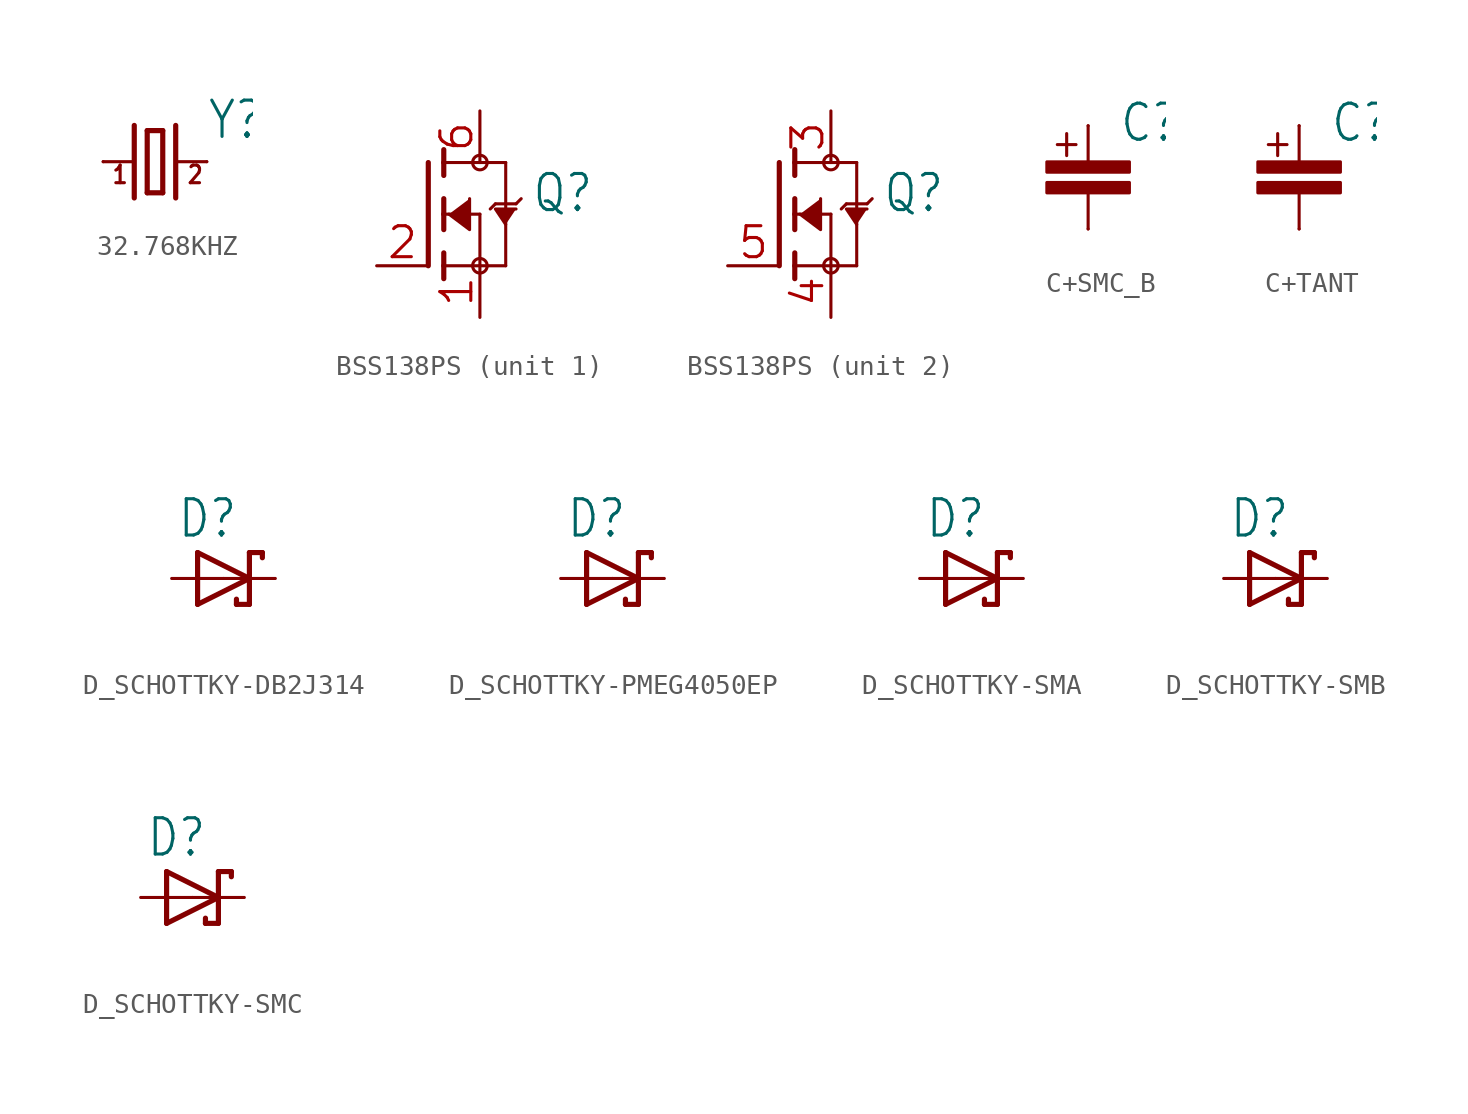
<source format=kicad_sym>
(kicad_symbol_lib
  (version 20241209)
  (generator "kicad_symbol_editor")
  (generator_version "9.0")
  (symbol "32.768KHZ"
    (property "Reference" "Y"
      (at 2.54 1.016 0)
      (effects (font (size 1.778 1.511)) (justify left bottom)))
    (property "Value" ""
      (at 2.54 -2.54 0)
      (effects (font (size 1.778 1.511)) (justify left bottom)))
    (property "ki_locked" ""
      (at 0 0 0)
      (effects (font (size 1.27 1.27))))
    (symbol "32.768KHZ_1_0"
      (polyline (pts (xy -2.54 0) (xy -1.016 0)) (stroke (width 0.152) (type solid)) (fill (type none)))
      (polyline (pts (xy -1.016 1.778) (xy -1.016 -1.778)) (stroke (width 0.254) (type solid)) (fill (type none)))
      (polyline (pts (xy -0.381 1.524) (xy -0.381 -1.524)) (stroke (width 0.254) (type solid)) (fill (type none)))
      (polyline (pts (xy -0.381 -1.524) (xy 0.381 -1.524)) (stroke (width 0.254) (type solid)) (fill (type none)))
      (polyline (pts (xy 0.381 1.524) (xy -0.381 1.524)) (stroke (width 0.254) (type solid)) (fill (type none)))
      (polyline (pts (xy 0.381 -1.524) (xy 0.381 1.524)) (stroke (width 0.254) (type solid)) (fill (type none)))
      (polyline (pts (xy 1.016 1.778) (xy 1.016 -1.778)) (stroke (width 0.254) (type solid)) (fill (type none)))
      (polyline (pts (xy 1.016 0) (xy 2.54 0)) (stroke (width 0.152) (type solid)) (fill (type none)))
      (text "1" (at -2.159 -1.143 0) (effects (font (size 0.864 0.734)) (justify left bottom)))
      (text "2" (at 1.524 -1.143 0) (effects (font (size 0.864 0.734)) (justify left bottom)))
      (pin passive line (at -2.54 0 0) (length 0) (name "1" (effects (font (size 0 0)))) (number "1" (effects (font (size 0 0)))))
      (pin passive line (at 2.54 0 180) (length 0) (name "2" (effects (font (size 0 0)))) (number "2" (effects (font (size 0 0)))))))
  (symbol "BSS138PS"
    (property "Reference" "Q"
      (at 2.54 0 0)
      (effects (font (size 1.778 1.511)) (justify left bottom)))
    (property "Value" ""
      (at 2.54 -2.54 0)
      (effects (font (size 1.778 1.511)) (justify left bottom)))
    (property "ki_locked" ""
      (at 0 0 0)
      (effects (font (size 1.27 1.27))))
    (symbol "BSS138PS_1_0"
      (polyline (pts (xy -2.54 2.54) (xy -2.54 -2.54)) (stroke (width 0.254) (type solid)) (fill (type none)))
      (polyline (pts (xy -1.778 3.175) (xy -1.778 2.54)) (stroke (width 0.254) (type solid)) (fill (type none)))
      (polyline (pts (xy -1.778 2.54) (xy -1.778 1.905)) (stroke (width 0.254) (type solid)) (fill (type none)))
      (polyline (pts (xy -1.778 2.54) (xy 1.27 2.54)) (stroke (width 0.152) (type solid)) (fill (type none)))
      (polyline (pts (xy -1.778 0.762) (xy -1.778 0)) (stroke (width 0.254) (type solid)) (fill (type none)))
      (polyline (pts (xy -1.778 0) (xy -1.778 -0.762)) (stroke (width 0.254) (type solid)) (fill (type none)))
      (polyline (pts (xy -1.778 0) (xy 0 0)) (stroke (width 0.152) (type solid)) (fill (type none)))
      (polyline (pts (xy -1.778 -1.905) (xy -1.778 -2.54)) (stroke (width 0.254) (type solid)) (fill (type none)))
      (polyline (pts (xy -1.778 -2.54) (xy -1.778 -3.175)) (stroke (width 0.254) (type solid)) (fill (type none)))
      (polyline (pts (xy -1.524 0) (xy -0.508 -0.762) (xy -0.508 0.762)) (stroke (width 0.152) (type solid)) (fill (type outline)))
      (circle (center 0 2.54) (radius 0.359) (stroke (width 0) (type solid)) (fill (type none)))
      (polyline (pts (xy 0 0) (xy 0 -2.54)) (stroke (width 0.152) (type solid)) (fill (type none)))
      (polyline (pts (xy 0 -2.54) (xy -1.778 -2.54)) (stroke (width 0.152) (type solid)) (fill (type none)))
      (polyline (pts (xy 0 -2.54) (xy 1.27 -2.54)) (stroke (width 0.152) (type solid)) (fill (type none)))
      (circle (center 0 -2.54) (radius 0.359) (stroke (width 0) (type solid)) (fill (type none)))
      (polyline (pts (xy 0.762 0.508) (xy 0.508 0.254)) (stroke (width 0.152) (type solid)) (fill (type none)))
      (polyline (pts (xy 1.27 2.54) (xy 1.27 0.508)) (stroke (width 0.152) (type solid)) (fill (type none)))
      (polyline (pts (xy 1.27 0.508) (xy 0.762 0.508)) (stroke (width 0.152) (type solid)) (fill (type none)))
      (polyline (pts (xy 1.27 0.508) (xy 1.27 -2.54)) (stroke (width 0.152) (type solid)) (fill (type none)))
      (polyline (pts (xy 1.27 -0.508) (xy 0.762 0.254) (xy 1.778 0.254)) (stroke (width 0.152) (type solid)) (fill (type outline)))
      (polyline (pts (xy 1.778 0.508) (xy 1.27 0.508)) (stroke (width 0.152) (type solid)) (fill (type none)))
      (polyline (pts (xy 2.032 0.762) (xy 1.778 0.508)) (stroke (width 0.152) (type solid)) (fill (type none)))
      (pin passive line (at -5.08 -2.54 0) (length 2.54) (name "G" (effects (font (size 0 0)))) (number "2" (effects (font (size 1.524 1.524)))))
      (pin passive line (at 0 5.08 270) (length 2.54) (name "D" (effects (font (size 0 0)))) (number "6" (effects (font (size 1.524 1.524)))))
      (pin passive line (at 0 -5.08 90) (length 2.54) (name "S" (effects (font (size 0 0)))) (number "1" (effects (font (size 1.524 1.524))))))
    (symbol "BSS138PS_2_0"
      (polyline (pts (xy -2.54 2.54) (xy -2.54 -2.54)) (stroke (width 0.254) (type solid)) (fill (type none)))
      (polyline (pts (xy -1.778 3.175) (xy -1.778 2.54)) (stroke (width 0.254) (type solid)) (fill (type none)))
      (polyline (pts (xy -1.778 2.54) (xy -1.778 1.905)) (stroke (width 0.254) (type solid)) (fill (type none)))
      (polyline (pts (xy -1.778 2.54) (xy 1.27 2.54)) (stroke (width 0.152) (type solid)) (fill (type none)))
      (polyline (pts (xy -1.778 0.762) (xy -1.778 0)) (stroke (width 0.254) (type solid)) (fill (type none)))
      (polyline (pts (xy -1.778 0) (xy -1.778 -0.762)) (stroke (width 0.254) (type solid)) (fill (type none)))
      (polyline (pts (xy -1.778 0) (xy 0 0)) (stroke (width 0.152) (type solid)) (fill (type none)))
      (polyline (pts (xy -1.778 -1.905) (xy -1.778 -2.54)) (stroke (width 0.254) (type solid)) (fill (type none)))
      (polyline (pts (xy -1.778 -2.54) (xy -1.778 -3.175)) (stroke (width 0.254) (type solid)) (fill (type none)))
      (polyline (pts (xy -1.524 0) (xy -0.508 -0.762) (xy -0.508 0.762)) (stroke (width 0.152) (type solid)) (fill (type outline)))
      (circle (center 0 2.54) (radius 0.359) (stroke (width 0) (type solid)) (fill (type none)))
      (polyline (pts (xy 0 0) (xy 0 -2.54)) (stroke (width 0.152) (type solid)) (fill (type none)))
      (polyline (pts (xy 0 -2.54) (xy -1.778 -2.54)) (stroke (width 0.152) (type solid)) (fill (type none)))
      (polyline (pts (xy 0 -2.54) (xy 1.27 -2.54)) (stroke (width 0.152) (type solid)) (fill (type none)))
      (circle (center 0 -2.54) (radius 0.359) (stroke (width 0) (type solid)) (fill (type none)))
      (polyline (pts (xy 0.762 0.508) (xy 0.508 0.254)) (stroke (width 0.152) (type solid)) (fill (type none)))
      (polyline (pts (xy 1.27 2.54) (xy 1.27 0.508)) (stroke (width 0.152) (type solid)) (fill (type none)))
      (polyline (pts (xy 1.27 0.508) (xy 0.762 0.508)) (stroke (width 0.152) (type solid)) (fill (type none)))
      (polyline (pts (xy 1.27 0.508) (xy 1.27 -2.54)) (stroke (width 0.152) (type solid)) (fill (type none)))
      (polyline (pts (xy 1.27 -0.508) (xy 0.762 0.254) (xy 1.778 0.254)) (stroke (width 0.152) (type solid)) (fill (type outline)))
      (polyline (pts (xy 1.778 0.508) (xy 1.27 0.508)) (stroke (width 0.152) (type solid)) (fill (type none)))
      (polyline (pts (xy 2.032 0.762) (xy 1.778 0.508)) (stroke (width 0.152) (type solid)) (fill (type none)))
      (pin passive line (at -5.08 -2.54 0) (length 2.54) (name "G" (effects (font (size 0 0)))) (number "5" (effects (font (size 1.524 1.524)))))
      (pin passive line (at 0 5.08 270) (length 2.54) (name "D" (effects (font (size 0 0)))) (number "3" (effects (font (size 1.524 1.524)))))
      (pin passive line (at 0 -5.08 90) (length 2.54) (name "S" (effects (font (size 0 0)))) (number "4" (effects (font (size 1.524 1.524)))))))
  (symbol "C+SMC_B"
    (property "Reference" "C"
      (at 1.524 1.651 0)
      (effects (font (size 1.778 1.511)) (justify left bottom)))
    (property "Value" ""
      (at 1.524 -3.429 0)
      (effects (font (size 1.778 1.511)) (justify left bottom)))
    (property "ki_locked" ""
      (at 0 0 0)
      (effects (font (size 1.27 1.27))))
    (symbol "C+SMC_B_1_0"
      (rectangle (start -2.032 0.254) (end 2.032 0.762) (stroke (width 0) (type default)) (fill (type outline)))
      (rectangle (start -2.032 -0.762) (end 2.032 -0.254) (stroke (width 0) (type default)) (fill (type outline)))
      (polyline (pts (xy 0 2.54) (xy 0 0.762)) (stroke (width 0.152) (type solid)) (fill (type none)))
      (polyline (pts (xy 0 -2.54) (xy 0 -0.762)) (stroke (width 0.152) (type solid)) (fill (type none)))
      (text "+" (at -1.905 0.889 0) (effects (font (size 1.422 1.209)) (justify left bottom)))
      (pin passive line (at 0 2.54 270) (length 0) (name "+" (effects (font (size 0 0)))) (number "+" (effects (font (size 0 0)))))
      (pin passive line (at 0 -2.54 90) (length 0) (name "-" (effects (font (size 0 0)))) (number "-" (effects (font (size 0 0)))))))
  (symbol "C+TANT"
    (property "Reference" "C"
      (at 1.524 1.651 0)
      (effects (font (size 1.778 1.511)) (justify left bottom)))
    (property "Value" ""
      (at 1.524 -3.429 0)
      (effects (font (size 1.778 1.511)) (justify left bottom)))
    (property "ki_locked" ""
      (at 0 0 0)
      (effects (font (size 1.27 1.27))))
    (symbol "C+TANT_1_0"
      (rectangle (start -2.032 0.254) (end 2.032 0.762) (stroke (width 0) (type default)) (fill (type outline)))
      (rectangle (start -2.032 -0.762) (end 2.032 -0.254) (stroke (width 0) (type default)) (fill (type outline)))
      (polyline (pts (xy 0 2.54) (xy 0 0.762)) (stroke (width 0.152) (type solid)) (fill (type none)))
      (polyline (pts (xy 0 -2.54) (xy 0 -0.762)) (stroke (width 0.152) (type solid)) (fill (type none)))
      (text "+" (at -1.905 0.889 0) (effects (font (size 1.422 1.209)) (justify left bottom)))
      (pin passive line (at 0 2.54 270) (length 0) (name "+" (effects (font (size 0 0)))) (number "+" (effects (font (size 0 0)))))
      (pin passive line (at 0 -2.54 90) (length 0) (name "-" (effects (font (size 0 0)))) (number "-" (effects (font (size 0 0)))))))
  (symbol "D_SCHOTTKY-DB2J314"
    (property "Reference" "D"
      (at -2.286 1.905 0)
      (effects (font (size 1.778 1.511)) (justify left bottom)))
    (property "Value" ""
      (at -2.286 -3.429 0)
      (effects (font (size 1.778 1.511)) (justify left bottom)))
    (property "ki_locked" ""
      (at 0 0 0)
      (effects (font (size 1.27 1.27))))
    (symbol "D_SCHOTTKY-DB2J314_1_0"
      (polyline (pts (xy -1.27 1.27) (xy -1.27 -1.27)) (stroke (width 0.254) (type solid)) (fill (type none)))
      (polyline (pts (xy -1.27 -1.27) (xy 1.27 0)) (stroke (width 0.254) (type solid)) (fill (type none)))
      (polyline (pts (xy 0.635 -1.016) (xy 0.635 -1.27)) (stroke (width 0.254) (type solid)) (fill (type none)))
      (polyline (pts (xy 1.27 1.27) (xy 1.27 0)) (stroke (width 0.254) (type solid)) (fill (type none)))
      (polyline (pts (xy 1.27 0) (xy -1.27 1.27)) (stroke (width 0.254) (type solid)) (fill (type none)))
      (polyline (pts (xy 1.27 0) (xy 1.27 -1.27)) (stroke (width 0.254) (type solid)) (fill (type none)))
      (polyline (pts (xy 1.27 -1.27) (xy 0.635 -1.27)) (stroke (width 0.254) (type solid)) (fill (type none)))
      (polyline (pts (xy 1.905 1.27) (xy 1.27 1.27)) (stroke (width 0.254) (type solid)) (fill (type none)))
      (polyline (pts (xy 1.905 1.27) (xy 1.905 1.016)) (stroke (width 0.254) (type solid)) (fill (type none)))
      (pin passive line (at -2.54 0 0) (length 2.54) (name "A" (effects (font (size 0 0)))) (number "A" (effects (font (size 0 0)))))
      (pin passive line (at 2.54 0 180) (length 2.54) (name "C" (effects (font (size 0 0)))) (number "K" (effects (font (size 0 0)))))))
  (symbol "D_SCHOTTKY-PMEG4050EP"
    (property "Reference" "D"
      (at -2.286 1.905 0)
      (effects (font (size 1.778 1.511)) (justify left bottom)))
    (property "Value" ""
      (at -2.286 -3.429 0)
      (effects (font (size 1.778 1.511)) (justify left bottom)))
    (property "ki_locked" ""
      (at 0 0 0)
      (effects (font (size 1.27 1.27))))
    (symbol "D_SCHOTTKY-PMEG4050EP_1_0"
      (polyline (pts (xy -1.27 1.27) (xy -1.27 -1.27)) (stroke (width 0.254) (type solid)) (fill (type none)))
      (polyline (pts (xy -1.27 -1.27) (xy 1.27 0)) (stroke (width 0.254) (type solid)) (fill (type none)))
      (polyline (pts (xy 0.635 -1.016) (xy 0.635 -1.27)) (stroke (width 0.254) (type solid)) (fill (type none)))
      (polyline (pts (xy 1.27 1.27) (xy 1.27 0)) (stroke (width 0.254) (type solid)) (fill (type none)))
      (polyline (pts (xy 1.27 0) (xy -1.27 1.27)) (stroke (width 0.254) (type solid)) (fill (type none)))
      (polyline (pts (xy 1.27 0) (xy 1.27 -1.27)) (stroke (width 0.254) (type solid)) (fill (type none)))
      (polyline (pts (xy 1.27 -1.27) (xy 0.635 -1.27)) (stroke (width 0.254) (type solid)) (fill (type none)))
      (polyline (pts (xy 1.905 1.27) (xy 1.27 1.27)) (stroke (width 0.254) (type solid)) (fill (type none)))
      (polyline (pts (xy 1.905 1.27) (xy 1.905 1.016)) (stroke (width 0.254) (type solid)) (fill (type none)))
      (pin passive line (at -2.54 0 0) (length 2.54) (name "A" (effects (font (size 0 0)))) (number "P$2" (effects (font (size 0 0)))))
      (pin passive line (at 2.54 0 180) (length 2.54) (name "C" (effects (font (size 0 0)))) (number "P$1" (effects (font (size 0 0)))))))
  (symbol "D_SCHOTTKY-SMA"
    (property "Reference" "D"
      (at -2.286 1.905 0)
      (effects (font (size 1.778 1.511)) (justify left bottom)))
    (property "Value" ""
      (at -2.286 -3.429 0)
      (effects (font (size 1.778 1.511)) (justify left bottom)))
    (property "ki_locked" ""
      (at 0 0 0)
      (effects (font (size 1.27 1.27))))
    (symbol "D_SCHOTTKY-SMA_1_0"
      (polyline (pts (xy -1.27 1.27) (xy -1.27 -1.27)) (stroke (width 0.254) (type solid)) (fill (type none)))
      (polyline (pts (xy -1.27 -1.27) (xy 1.27 0)) (stroke (width 0.254) (type solid)) (fill (type none)))
      (polyline (pts (xy 0.635 -1.016) (xy 0.635 -1.27)) (stroke (width 0.254) (type solid)) (fill (type none)))
      (polyline (pts (xy 1.27 1.27) (xy 1.27 0)) (stroke (width 0.254) (type solid)) (fill (type none)))
      (polyline (pts (xy 1.27 0) (xy -1.27 1.27)) (stroke (width 0.254) (type solid)) (fill (type none)))
      (polyline (pts (xy 1.27 0) (xy 1.27 -1.27)) (stroke (width 0.254) (type solid)) (fill (type none)))
      (polyline (pts (xy 1.27 -1.27) (xy 0.635 -1.27)) (stroke (width 0.254) (type solid)) (fill (type none)))
      (polyline (pts (xy 1.905 1.27) (xy 1.27 1.27)) (stroke (width 0.254) (type solid)) (fill (type none)))
      (polyline (pts (xy 1.905 1.27) (xy 1.905 1.016)) (stroke (width 0.254) (type solid)) (fill (type none)))
      (pin passive line (at -2.54 0 0) (length 2.54) (name "A" (effects (font (size 0 0)))) (number "A" (effects (font (size 0 0)))))
      (pin passive line (at 2.54 0 180) (length 2.54) (name "C" (effects (font (size 0 0)))) (number "C" (effects (font (size 0 0)))))))
  (symbol "D_SCHOTTKY-SMB"
    (property "Reference" "D"
      (at -2.286 1.905 0)
      (effects (font (size 1.778 1.511)) (justify left bottom)))
    (property "Value" ""
      (at -2.286 -3.429 0)
      (effects (font (size 1.778 1.511)) (justify left bottom)))
    (property "ki_locked" ""
      (at 0 0 0)
      (effects (font (size 1.27 1.27))))
    (symbol "D_SCHOTTKY-SMB_1_0"
      (polyline (pts (xy -1.27 1.27) (xy -1.27 -1.27)) (stroke (width 0.254) (type solid)) (fill (type none)))
      (polyline (pts (xy -1.27 -1.27) (xy 1.27 0)) (stroke (width 0.254) (type solid)) (fill (type none)))
      (polyline (pts (xy 0.635 -1.016) (xy 0.635 -1.27)) (stroke (width 0.254) (type solid)) (fill (type none)))
      (polyline (pts (xy 1.27 1.27) (xy 1.27 0)) (stroke (width 0.254) (type solid)) (fill (type none)))
      (polyline (pts (xy 1.27 0) (xy -1.27 1.27)) (stroke (width 0.254) (type solid)) (fill (type none)))
      (polyline (pts (xy 1.27 0) (xy 1.27 -1.27)) (stroke (width 0.254) (type solid)) (fill (type none)))
      (polyline (pts (xy 1.27 -1.27) (xy 0.635 -1.27)) (stroke (width 0.254) (type solid)) (fill (type none)))
      (polyline (pts (xy 1.905 1.27) (xy 1.27 1.27)) (stroke (width 0.254) (type solid)) (fill (type none)))
      (polyline (pts (xy 1.905 1.27) (xy 1.905 1.016)) (stroke (width 0.254) (type solid)) (fill (type none)))
      (pin passive line (at -2.54 0 0) (length 2.54) (name "A" (effects (font (size 0 0)))) (number "A" (effects (font (size 0 0)))))
      (pin passive line (at 2.54 0 180) (length 2.54) (name "C" (effects (font (size 0 0)))) (number "C" (effects (font (size 0 0)))))))
  (symbol "D_SCHOTTKY-SMC"
    (property "Reference" "D"
      (at -2.286 1.905 0)
      (effects (font (size 1.778 1.511)) (justify left bottom)))
    (property "Value" ""
      (at -2.286 -3.429 0)
      (effects (font (size 1.778 1.511)) (justify left bottom)))
    (property "ki_locked" ""
      (at 0 0 0)
      (effects (font (size 1.27 1.27))))
    (symbol "D_SCHOTTKY-SMC_1_0"
      (polyline (pts (xy -1.27 1.27) (xy -1.27 -1.27)) (stroke (width 0.254) (type solid)) (fill (type none)))
      (polyline (pts (xy -1.27 -1.27) (xy 1.27 0)) (stroke (width 0.254) (type solid)) (fill (type none)))
      (polyline (pts (xy 0.635 -1.016) (xy 0.635 -1.27)) (stroke (width 0.254) (type solid)) (fill (type none)))
      (polyline (pts (xy 1.27 1.27) (xy 1.27 0)) (stroke (width 0.254) (type solid)) (fill (type none)))
      (polyline (pts (xy 1.27 0) (xy -1.27 1.27)) (stroke (width 0.254) (type solid)) (fill (type none)))
      (polyline (pts (xy 1.27 0) (xy 1.27 -1.27)) (stroke (width 0.254) (type solid)) (fill (type none)))
      (polyline (pts (xy 1.27 -1.27) (xy 0.635 -1.27)) (stroke (width 0.254) (type solid)) (fill (type none)))
      (polyline (pts (xy 1.905 1.27) (xy 1.27 1.27)) (stroke (width 0.254) (type solid)) (fill (type none)))
      (polyline (pts (xy 1.905 1.27) (xy 1.905 1.016)) (stroke (width 0.254) (type solid)) (fill (type none)))
      (pin passive line (at -2.54 0 0) (length 2.54) (name "A" (effects (font (size 0 0)))) (number "A" (effects (font (size 0 0)))))
      (pin passive line (at 2.54 0 180) (length 2.54) (name "C" (effects (font (size 0 0)))) (number "C" (effects (font (size 0 0))))))))
</source>
